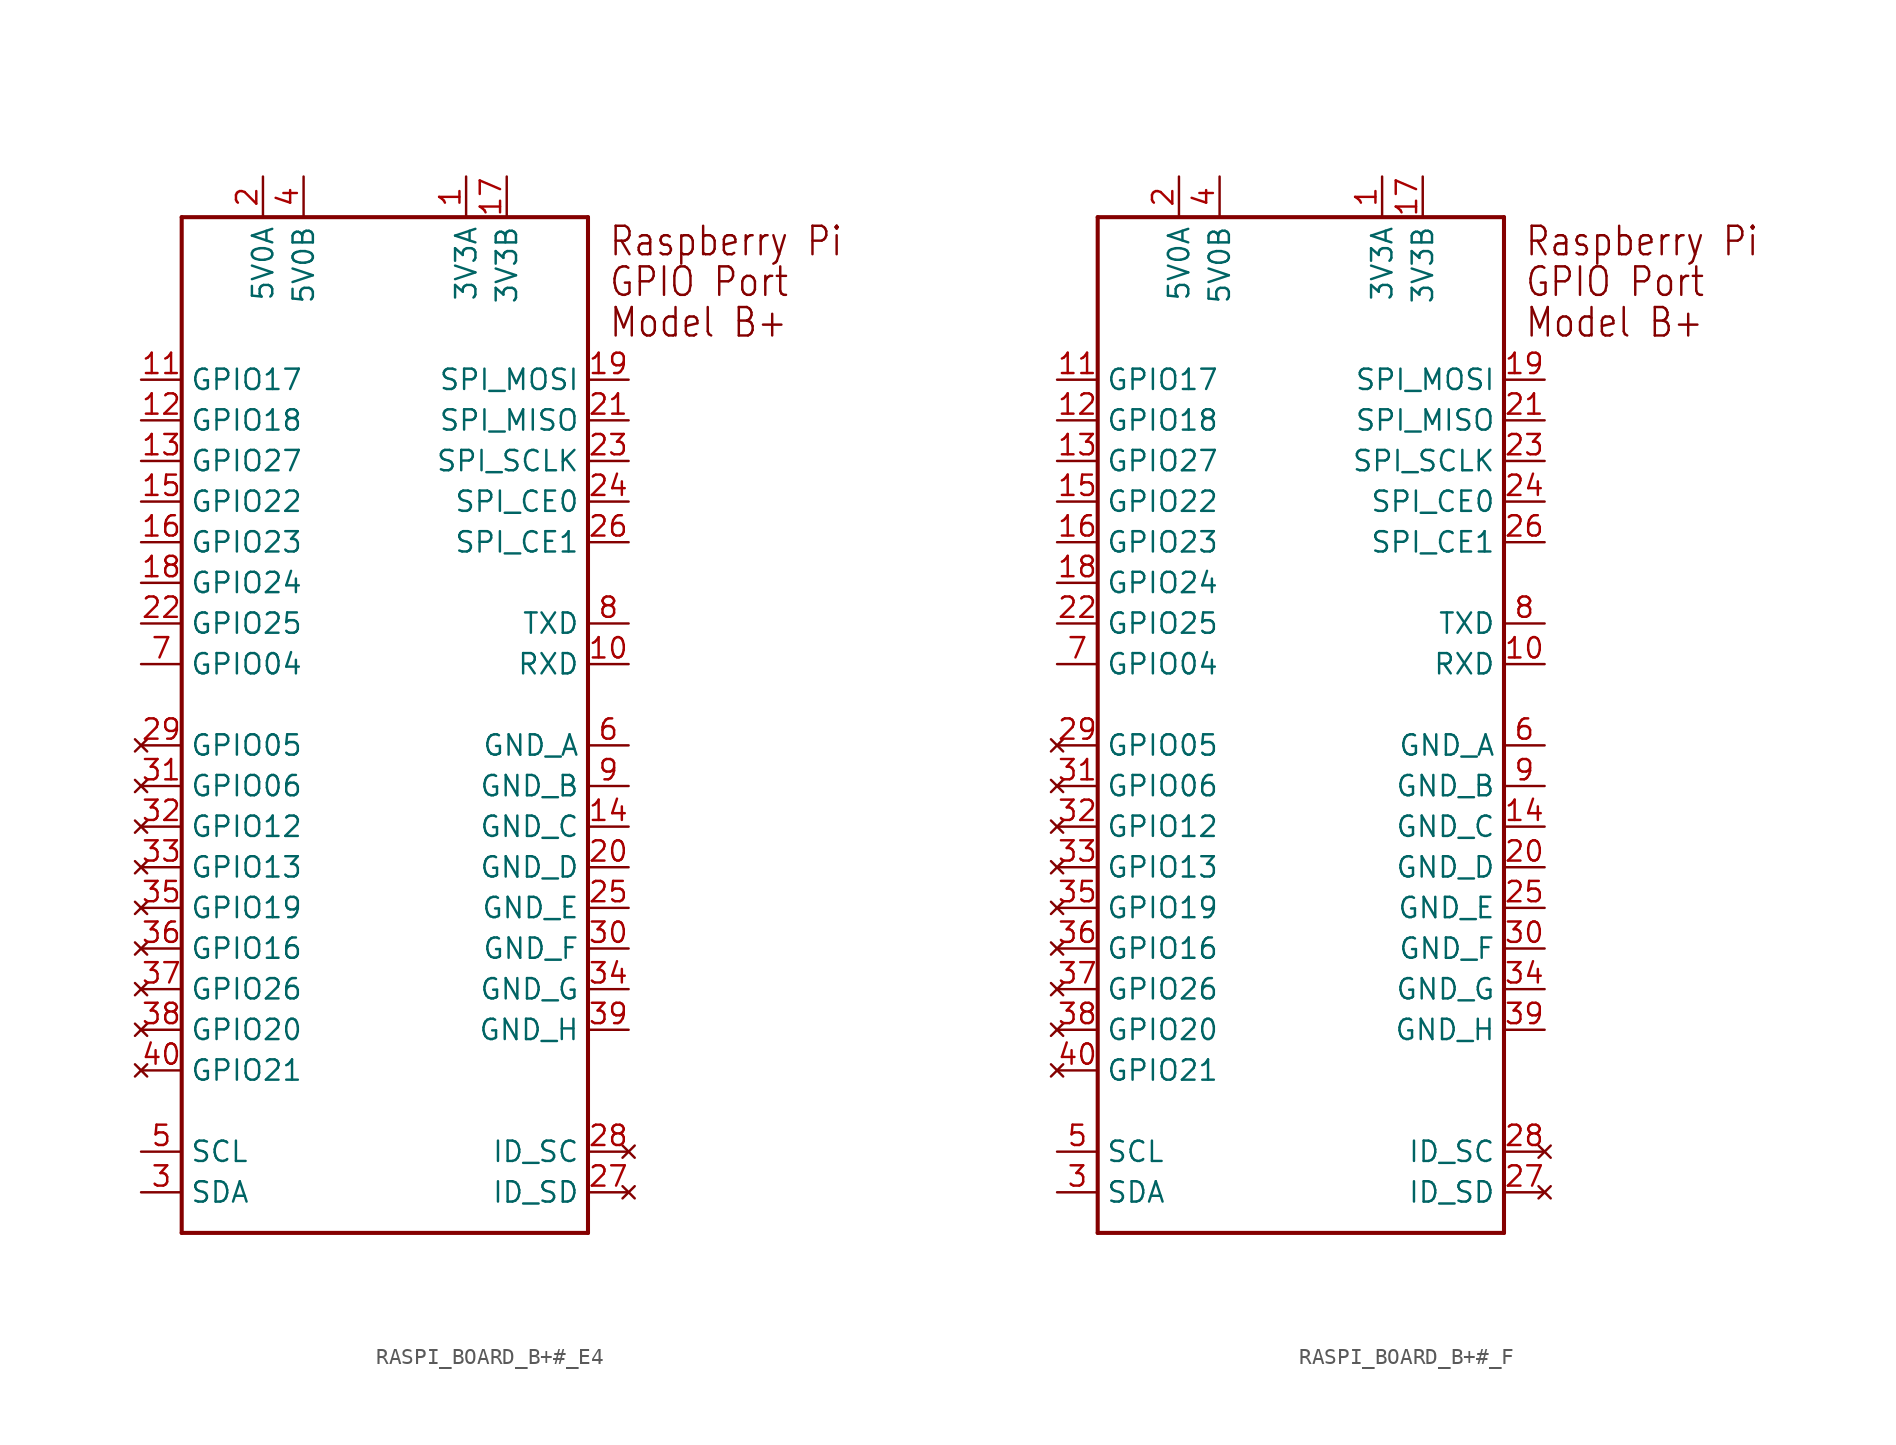
<source format=kicad_sym>
(kicad_symbol_lib
  (version 20220914)
  (generator kicad_symbol_editor)
  (symbol "RASPI_BOARD_B+#_E4"
    (property "Reference" "X"
      (at 0 0 0)
      (effects (font (size 1.27 1.27)) hide))
    (property "ki_locked" ""
      (at 0 0 0)
      (effects (font (size 1.27 1.27))))
    (symbol "RASPI_BOARD_B+#_E4_1_0"
      (polyline (pts (xy -12.7 -38.1) (xy -12.7 25.4)) (stroke (width 0.254) (type solid)) (fill (type none)))
      (polyline (pts (xy -12.7 25.4) (xy 12.7 25.4)) (stroke (width 0.254) (type solid)) (fill (type none)))
      (polyline (pts (xy 12.7 -38.1) (xy -12.7 -38.1)) (stroke (width 0.254) (type solid)) (fill (type none)))
      (polyline (pts (xy 12.7 25.4) (xy 12.7 -38.1)) (stroke (width 0.254) (type solid)) (fill (type none)))
      (text "GPIO Port" (at 13.97 20.32 0) (effects (font (size 1.778 1.511)) (justify left bottom)))
      (text "Model B+" (at 13.97 17.78 0) (effects (font (size 1.778 1.511)) (justify left bottom)))
      (text "Raspberry Pi" (at 13.97 22.86 0) (effects (font (size 1.778 1.511)) (justify left bottom)))
      (pin power_in line (at 5.08 27.94 270) (length 2.54) (name "3V3A" (effects (font (size 1.27 1.27)))) (number "1" (effects (font (size 1.27 1.27)))))
      (pin bidirectional line (at 15.24 -2.54 180) (length 2.54) (name "RXD" (effects (font (size 1.27 1.27)))) (number "10" (effects (font (size 1.27 1.27)))))
      (pin bidirectional line (at -15.24 15.24 0) (length 2.54) (name "GPIO17" (effects (font (size 1.27 1.27)))) (number "11" (effects (font (size 1.27 1.27)))))
      (pin bidirectional line (at -15.24 12.7 0) (length 2.54) (name "GPIO18" (effects (font (size 1.27 1.27)))) (number "12" (effects (font (size 1.27 1.27)))))
      (pin bidirectional line (at -15.24 10.16 0) (length 2.54) (name "GPIO27" (effects (font (size 1.27 1.27)))) (number "13" (effects (font (size 1.27 1.27)))))
      (pin power_in line (at 15.24 -12.7 180) (length 2.54) (name "GND_C" (effects (font (size 1.27 1.27)))) (number "14" (effects (font (size 1.27 1.27)))))
      (pin bidirectional line (at -15.24 7.62 0) (length 2.54) (name "GPIO22" (effects (font (size 1.27 1.27)))) (number "15" (effects (font (size 1.27 1.27)))))
      (pin bidirectional line (at -15.24 5.08 0) (length 2.54) (name "GPIO23" (effects (font (size 1.27 1.27)))) (number "16" (effects (font (size 1.27 1.27)))))
      (pin power_in line (at 7.62 27.94 270) (length 2.54) (name "3V3B" (effects (font (size 1.27 1.27)))) (number "17" (effects (font (size 1.27 1.27)))))
      (pin bidirectional line (at -15.24 2.54 0) (length 2.54) (name "GPIO24" (effects (font (size 1.27 1.27)))) (number "18" (effects (font (size 1.27 1.27)))))
      (pin bidirectional line (at 15.24 15.24 180) (length 2.54) (name "SPI_MOSI" (effects (font (size 1.27 1.27)))) (number "19" (effects (font (size 1.27 1.27)))))
      (pin power_in line (at -7.62 27.94 270) (length 2.54) (name "5V0A" (effects (font (size 1.27 1.27)))) (number "2" (effects (font (size 1.27 1.27)))))
      (pin power_in line (at 15.24 -15.24 180) (length 2.54) (name "GND_D" (effects (font (size 1.27 1.27)))) (number "20" (effects (font (size 1.27 1.27)))))
      (pin bidirectional line (at 15.24 12.7 180) (length 2.54) (name "SPI_MISO" (effects (font (size 1.27 1.27)))) (number "21" (effects (font (size 1.27 1.27)))))
      (pin bidirectional line (at -15.24 0 0) (length 2.54) (name "GPIO25" (effects (font (size 1.27 1.27)))) (number "22" (effects (font (size 1.27 1.27)))))
      (pin bidirectional line (at 15.24 10.16 180) (length 2.54) (name "SPI_SCLK" (effects (font (size 1.27 1.27)))) (number "23" (effects (font (size 1.27 1.27)))))
      (pin bidirectional line (at 15.24 7.62 180) (length 2.54) (name "SPI_CE0" (effects (font (size 1.27 1.27)))) (number "24" (effects (font (size 1.27 1.27)))))
      (pin power_in line (at 15.24 -17.78 180) (length 2.54) (name "GND_E" (effects (font (size 1.27 1.27)))) (number "25" (effects (font (size 1.27 1.27)))))
      (pin bidirectional line (at 15.24 5.08 180) (length 2.54) (name "SPI_CE1" (effects (font (size 1.27 1.27)))) (number "26" (effects (font (size 1.27 1.27)))))
      (pin no_connect line (at 15.24 -35.56 180) (length 2.54) (name "ID_SD" (effects (font (size 1.27 1.27)))) (number "27" (effects (font (size 1.27 1.27)))))
      (pin no_connect line (at 15.24 -33.02 180) (length 2.54) (name "ID_SC" (effects (font (size 1.27 1.27)))) (number "28" (effects (font (size 1.27 1.27)))))
      (pin no_connect line (at -15.24 -7.62 0) (length 2.54) (name "GPIO05" (effects (font (size 1.27 1.27)))) (number "29" (effects (font (size 1.27 1.27)))))
      (pin bidirectional line (at -15.24 -35.56 0) (length 2.54) (name "SDA" (effects (font (size 1.27 1.27)))) (number "3" (effects (font (size 1.27 1.27)))))
      (pin power_in line (at 15.24 -20.32 180) (length 2.54) (name "GND_F" (effects (font (size 1.27 1.27)))) (number "30" (effects (font (size 1.27 1.27)))))
      (pin no_connect line (at -15.24 -10.16 0) (length 2.54) (name "GPIO06" (effects (font (size 1.27 1.27)))) (number "31" (effects (font (size 1.27 1.27)))))
      (pin no_connect line (at -15.24 -12.7 0) (length 2.54) (name "GPIO12" (effects (font (size 1.27 1.27)))) (number "32" (effects (font (size 1.27 1.27)))))
      (pin no_connect line (at -15.24 -15.24 0) (length 2.54) (name "GPIO13" (effects (font (size 1.27 1.27)))) (number "33" (effects (font (size 1.27 1.27)))))
      (pin power_in line (at 15.24 -22.86 180) (length 2.54) (name "GND_G" (effects (font (size 1.27 1.27)))) (number "34" (effects (font (size 1.27 1.27)))))
      (pin no_connect line (at -15.24 -17.78 0) (length 2.54) (name "GPIO19" (effects (font (size 1.27 1.27)))) (number "35" (effects (font (size 1.27 1.27)))))
      (pin no_connect line (at -15.24 -20.32 0) (length 2.54) (name "GPIO16" (effects (font (size 1.27 1.27)))) (number "36" (effects (font (size 1.27 1.27)))))
      (pin no_connect line (at -15.24 -22.86 0) (length 2.54) (name "GPIO26" (effects (font (size 1.27 1.27)))) (number "37" (effects (font (size 1.27 1.27)))))
      (pin no_connect line (at -15.24 -25.4 0) (length 2.54) (name "GPIO20" (effects (font (size 1.27 1.27)))) (number "38" (effects (font (size 1.27 1.27)))))
      (pin power_in line (at 15.24 -25.4 180) (length 2.54) (name "GND_H" (effects (font (size 1.27 1.27)))) (number "39" (effects (font (size 1.27 1.27)))))
      (pin power_in line (at -5.08 27.94 270) (length 2.54) (name "5V0B" (effects (font (size 1.27 1.27)))) (number "4" (effects (font (size 1.27 1.27)))))
      (pin no_connect line (at -15.24 -27.94 0) (length 2.54) (name "GPIO21" (effects (font (size 1.27 1.27)))) (number "40" (effects (font (size 1.27 1.27)))))
      (pin bidirectional line (at -15.24 -33.02 0) (length 2.54) (name "SCL" (effects (font (size 1.27 1.27)))) (number "5" (effects (font (size 1.27 1.27)))))
      (pin power_in line (at 15.24 -7.62 180) (length 2.54) (name "GND_A" (effects (font (size 1.27 1.27)))) (number "6" (effects (font (size 1.27 1.27)))))
      (pin bidirectional line (at -15.24 -2.54 0) (length 2.54) (name "GPIO04" (effects (font (size 1.27 1.27)))) (number "7" (effects (font (size 1.27 1.27)))))
      (pin bidirectional line (at 15.24 0 180) (length 2.54) (name "TXD" (effects (font (size 1.27 1.27)))) (number "8" (effects (font (size 1.27 1.27)))))
      (pin power_in line (at 15.24 -10.16 180) (length 2.54) (name "GND_B" (effects (font (size 1.27 1.27)))) (number "9" (effects (font (size 1.27 1.27)))))))
  (symbol "RASPI_BOARD_B+#_F"
    (property "Reference" "X"
      (at 0 0 0)
      (effects (font (size 1.27 1.27)) hide))
    (property "ki_locked" ""
      (at 0 0 0)
      (effects (font (size 1.27 1.27))))
    (symbol "RASPI_BOARD_B+#_F_1_0"
      (polyline (pts (xy -12.7 -38.1) (xy -12.7 25.4)) (stroke (width 0.254) (type solid)) (fill (type none)))
      (polyline (pts (xy -12.7 25.4) (xy 12.7 25.4)) (stroke (width 0.254) (type solid)) (fill (type none)))
      (polyline (pts (xy 12.7 -38.1) (xy -12.7 -38.1)) (stroke (width 0.254) (type solid)) (fill (type none)))
      (polyline (pts (xy 12.7 25.4) (xy 12.7 -38.1)) (stroke (width 0.254) (type solid)) (fill (type none)))
      (text "GPIO Port" (at 13.97 20.32 0) (effects (font (size 1.778 1.511)) (justify left bottom)))
      (text "Model B+" (at 13.97 17.78 0) (effects (font (size 1.778 1.511)) (justify left bottom)))
      (text "Raspberry Pi" (at 13.97 22.86 0) (effects (font (size 1.778 1.511)) (justify left bottom)))
      (pin power_in line (at 5.08 27.94 270) (length 2.54) (name "3V3A" (effects (font (size 1.27 1.27)))) (number "1" (effects (font (size 1.27 1.27)))))
      (pin bidirectional line (at 15.24 -2.54 180) (length 2.54) (name "RXD" (effects (font (size 1.27 1.27)))) (number "10" (effects (font (size 1.27 1.27)))))
      (pin bidirectional line (at -15.24 15.24 0) (length 2.54) (name "GPIO17" (effects (font (size 1.27 1.27)))) (number "11" (effects (font (size 1.27 1.27)))))
      (pin bidirectional line (at -15.24 12.7 0) (length 2.54) (name "GPIO18" (effects (font (size 1.27 1.27)))) (number "12" (effects (font (size 1.27 1.27)))))
      (pin bidirectional line (at -15.24 10.16 0) (length 2.54) (name "GPIO27" (effects (font (size 1.27 1.27)))) (number "13" (effects (font (size 1.27 1.27)))))
      (pin power_in line (at 15.24 -12.7 180) (length 2.54) (name "GND_C" (effects (font (size 1.27 1.27)))) (number "14" (effects (font (size 1.27 1.27)))))
      (pin bidirectional line (at -15.24 7.62 0) (length 2.54) (name "GPIO22" (effects (font (size 1.27 1.27)))) (number "15" (effects (font (size 1.27 1.27)))))
      (pin bidirectional line (at -15.24 5.08 0) (length 2.54) (name "GPIO23" (effects (font (size 1.27 1.27)))) (number "16" (effects (font (size 1.27 1.27)))))
      (pin power_in line (at 7.62 27.94 270) (length 2.54) (name "3V3B" (effects (font (size 1.27 1.27)))) (number "17" (effects (font (size 1.27 1.27)))))
      (pin bidirectional line (at -15.24 2.54 0) (length 2.54) (name "GPIO24" (effects (font (size 1.27 1.27)))) (number "18" (effects (font (size 1.27 1.27)))))
      (pin bidirectional line (at 15.24 15.24 180) (length 2.54) (name "SPI_MOSI" (effects (font (size 1.27 1.27)))) (number "19" (effects (font (size 1.27 1.27)))))
      (pin power_in line (at -7.62 27.94 270) (length 2.54) (name "5V0A" (effects (font (size 1.27 1.27)))) (number "2" (effects (font (size 1.27 1.27)))))
      (pin power_in line (at 15.24 -15.24 180) (length 2.54) (name "GND_D" (effects (font (size 1.27 1.27)))) (number "20" (effects (font (size 1.27 1.27)))))
      (pin bidirectional line (at 15.24 12.7 180) (length 2.54) (name "SPI_MISO" (effects (font (size 1.27 1.27)))) (number "21" (effects (font (size 1.27 1.27)))))
      (pin bidirectional line (at -15.24 0 0) (length 2.54) (name "GPIO25" (effects (font (size 1.27 1.27)))) (number "22" (effects (font (size 1.27 1.27)))))
      (pin bidirectional line (at 15.24 10.16 180) (length 2.54) (name "SPI_SCLK" (effects (font (size 1.27 1.27)))) (number "23" (effects (font (size 1.27 1.27)))))
      (pin bidirectional line (at 15.24 7.62 180) (length 2.54) (name "SPI_CE0" (effects (font (size 1.27 1.27)))) (number "24" (effects (font (size 1.27 1.27)))))
      (pin power_in line (at 15.24 -17.78 180) (length 2.54) (name "GND_E" (effects (font (size 1.27 1.27)))) (number "25" (effects (font (size 1.27 1.27)))))
      (pin bidirectional line (at 15.24 5.08 180) (length 2.54) (name "SPI_CE1" (effects (font (size 1.27 1.27)))) (number "26" (effects (font (size 1.27 1.27)))))
      (pin no_connect line (at 15.24 -35.56 180) (length 2.54) (name "ID_SD" (effects (font (size 1.27 1.27)))) (number "27" (effects (font (size 1.27 1.27)))))
      (pin no_connect line (at 15.24 -33.02 180) (length 2.54) (name "ID_SC" (effects (font (size 1.27 1.27)))) (number "28" (effects (font (size 1.27 1.27)))))
      (pin no_connect line (at -15.24 -7.62 0) (length 2.54) (name "GPIO05" (effects (font (size 1.27 1.27)))) (number "29" (effects (font (size 1.27 1.27)))))
      (pin bidirectional line (at -15.24 -35.56 0) (length 2.54) (name "SDA" (effects (font (size 1.27 1.27)))) (number "3" (effects (font (size 1.27 1.27)))))
      (pin power_in line (at 15.24 -20.32 180) (length 2.54) (name "GND_F" (effects (font (size 1.27 1.27)))) (number "30" (effects (font (size 1.27 1.27)))))
      (pin no_connect line (at -15.24 -10.16 0) (length 2.54) (name "GPIO06" (effects (font (size 1.27 1.27)))) (number "31" (effects (font (size 1.27 1.27)))))
      (pin no_connect line (at -15.24 -12.7 0) (length 2.54) (name "GPIO12" (effects (font (size 1.27 1.27)))) (number "32" (effects (font (size 1.27 1.27)))))
      (pin no_connect line (at -15.24 -15.24 0) (length 2.54) (name "GPIO13" (effects (font (size 1.27 1.27)))) (number "33" (effects (font (size 1.27 1.27)))))
      (pin power_in line (at 15.24 -22.86 180) (length 2.54) (name "GND_G" (effects (font (size 1.27 1.27)))) (number "34" (effects (font (size 1.27 1.27)))))
      (pin no_connect line (at -15.24 -17.78 0) (length 2.54) (name "GPIO19" (effects (font (size 1.27 1.27)))) (number "35" (effects (font (size 1.27 1.27)))))
      (pin no_connect line (at -15.24 -20.32 0) (length 2.54) (name "GPIO16" (effects (font (size 1.27 1.27)))) (number "36" (effects (font (size 1.27 1.27)))))
      (pin no_connect line (at -15.24 -22.86 0) (length 2.54) (name "GPIO26" (effects (font (size 1.27 1.27)))) (number "37" (effects (font (size 1.27 1.27)))))
      (pin no_connect line (at -15.24 -25.4 0) (length 2.54) (name "GPIO20" (effects (font (size 1.27 1.27)))) (number "38" (effects (font (size 1.27 1.27)))))
      (pin power_in line (at 15.24 -25.4 180) (length 2.54) (name "GND_H" (effects (font (size 1.27 1.27)))) (number "39" (effects (font (size 1.27 1.27)))))
      (pin power_in line (at -5.08 27.94 270) (length 2.54) (name "5V0B" (effects (font (size 1.27 1.27)))) (number "4" (effects (font (size 1.27 1.27)))))
      (pin no_connect line (at -15.24 -27.94 0) (length 2.54) (name "GPIO21" (effects (font (size 1.27 1.27)))) (number "40" (effects (font (size 1.27 1.27)))))
      (pin bidirectional line (at -15.24 -33.02 0) (length 2.54) (name "SCL" (effects (font (size 1.27 1.27)))) (number "5" (effects (font (size 1.27 1.27)))))
      (pin power_in line (at 15.24 -7.62 180) (length 2.54) (name "GND_A" (effects (font (size 1.27 1.27)))) (number "6" (effects (font (size 1.27 1.27)))))
      (pin bidirectional line (at -15.24 -2.54 0) (length 2.54) (name "GPIO04" (effects (font (size 1.27 1.27)))) (number "7" (effects (font (size 1.27 1.27)))))
      (pin bidirectional line (at 15.24 0 180) (length 2.54) (name "TXD" (effects (font (size 1.27 1.27)))) (number "8" (effects (font (size 1.27 1.27)))))
      (pin power_in line (at 15.24 -10.16 180) (length 2.54) (name "GND_B" (effects (font (size 1.27 1.27)))) (number "9" (effects (font (size 1.27 1.27))))))))
</source>
